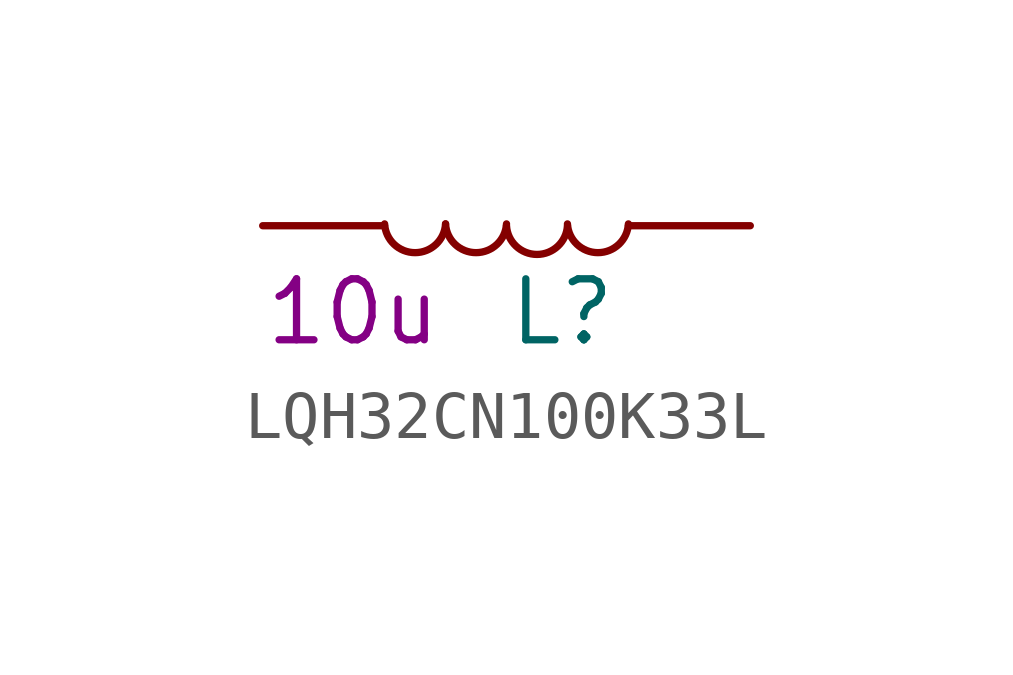
<source format=kicad_sym>
(kicad_symbol_lib
  (version 20211014)
  (generator kicad_symbol_editor)
  (symbol "LQH32CN100K33L"
    (pin_numbers hide)
    (pin_names hide)
    (property "Reference" "L"
      (at 0 -2.54 0)
      (effects (font (size 1.27 1.27)) (justify left bottom)))
    (property "Value_shown" "10u"
      (at -5.08 -2.54 0)
      (effects (font (size 1.27 1.27)) (justify left bottom)))
    (symbol "LQH32CN100K33L_0_1"
      (arc (start -2.54 0.0374) (mid -1.905 -0.6361) (end -1.27 0.0374) (stroke (width 0) (type default) (color 0 0 0 0)) (fill (type none)))
      (arc (start -1.27 0.0374) (mid -0.635 -0.6361) (end 0 0.0374) (stroke (width 0) (type default) (color 0 0 0 0)) (fill (type none)))
      (arc (start 0 0) (mid 0.635 -0.6735) (end 1.27 0) (stroke (width 0) (type default) (color 0 0 0 0)) (fill (type none)))
      (arc (start 1.27 0.0374) (mid 1.905 -0.6361) (end 2.54 0.0374) (stroke (width 0) (type default) (color 0 0 0 0)) (fill (type none))))
    (symbol "LQH32CN100K33L_1_1"
      (pin passive line (at -5.08 0 0) (length 2.54) (name "~" (effects (font (size 1.27 1.27)))) (number "1" (effects (font (size 1.27 1.27)))))
      (pin passive line (at 5.08 0 180) (length 2.54) (name "~" (effects (font (size 1.27 1.27)))) (number "2" (effects (font (size 1.27 1.27))))))))
</source>
